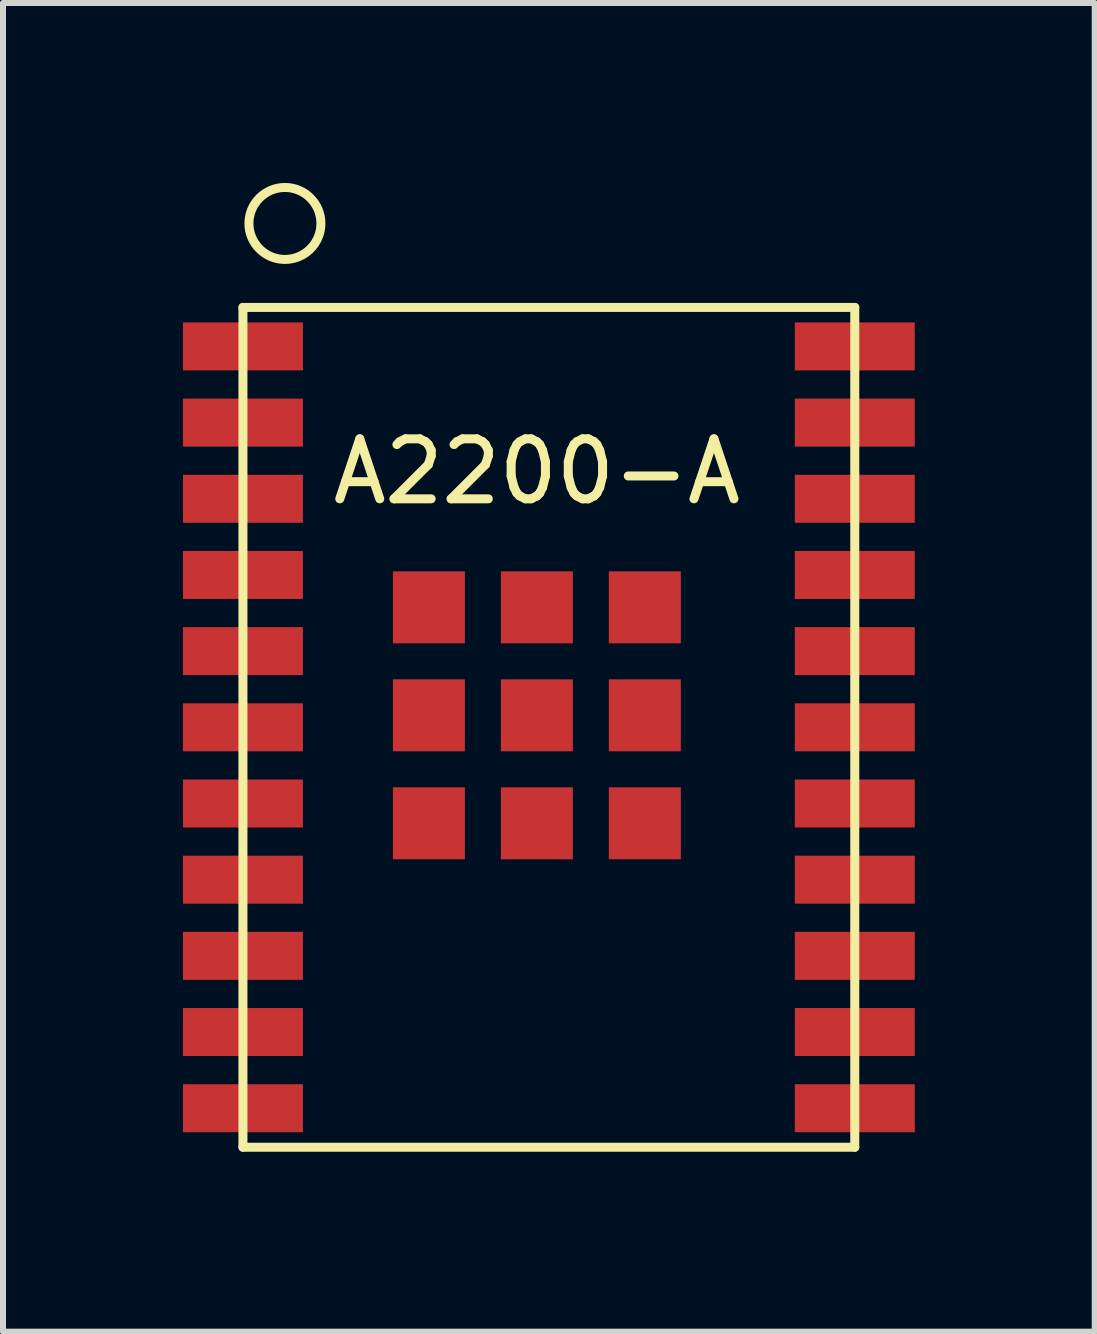
<source format=kicad_pcb>
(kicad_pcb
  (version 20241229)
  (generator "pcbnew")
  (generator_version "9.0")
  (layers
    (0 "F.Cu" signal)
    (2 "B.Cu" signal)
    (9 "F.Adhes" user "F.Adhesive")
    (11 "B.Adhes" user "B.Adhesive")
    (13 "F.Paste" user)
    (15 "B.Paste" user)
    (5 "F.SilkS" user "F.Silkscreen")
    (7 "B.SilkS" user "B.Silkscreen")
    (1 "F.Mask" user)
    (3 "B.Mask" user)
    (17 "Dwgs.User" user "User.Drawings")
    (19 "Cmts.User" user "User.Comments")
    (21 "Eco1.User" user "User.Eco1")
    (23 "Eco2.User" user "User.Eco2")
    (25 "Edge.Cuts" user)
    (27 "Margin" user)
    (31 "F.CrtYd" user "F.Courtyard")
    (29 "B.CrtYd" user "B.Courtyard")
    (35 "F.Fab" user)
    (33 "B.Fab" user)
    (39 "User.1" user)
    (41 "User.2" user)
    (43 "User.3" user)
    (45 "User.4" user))
  (footprint "A2200-A"
    (layer "F.Cu")
    (at 5.9 8.875)
    (property "Reference" "A2200-A" (at 0 -4.064 0) (layer "F.SilkS") (effects (font (size 1 1) (thickness 0.15))))
    (attr through_hole)
    (fp_line (start -4.9 -6.8) (end -4.9 7.2) (stroke (width 0.15) (type solid)) (layer "F.SilkS"))
    (fp_line (start -4.9 -6.8) (end 5.3 -6.8) (stroke (width 0.15) (type solid)) (layer "F.SilkS"))
    (fp_line (start -4.9 7.2) (end 5.3 7.2) (stroke (width 0.15) (type solid)) (layer "F.SilkS"))
    (fp_line (start 5.3 -6.8) (end 5.3 7.2) (stroke (width 0.15) (type solid)) (layer "F.SilkS"))
    (fp_circle (center -4.2 -8.2) (end -4.8 -8.2) (stroke (width 0.15) (type solid)) (fill no) (layer "F.SilkS"))
    (pad "1" smd rect (at -4.9 -6.15) (size 2 0.8) (layers "F.Cu" "F.Mask" "F.Paste"))
    (pad "2" smd rect (at -4.9 -4.88) (size 2 0.8) (layers "F.Cu" "F.Mask" "F.Paste"))
    (pad "3" smd rect (at -4.9 -3.61) (size 2 0.8) (layers "F.Cu" "F.Mask" "F.Paste"))
    (pad "4" smd rect (at -4.9 -2.34) (size 2 0.8) (layers "F.Cu" "F.Mask" "F.Paste"))
    (pad "5" smd rect (at -4.9 -1.07) (size 2 0.8) (layers "F.Cu" "F.Mask" "F.Paste"))
    (pad "6" smd rect (at -4.9 0.2) (size 2 0.8) (layers "F.Cu" "F.Mask" "F.Paste"))
    (pad "7" smd rect (at -4.9 1.47) (size 2 0.8) (layers "F.Cu" "F.Mask" "F.Paste"))
    (pad "8" smd rect (at -4.9 2.74) (size 2 0.8) (layers "F.Cu" "F.Mask" "F.Paste"))
    (pad "9" smd rect (at -4.9 4.01) (size 2 0.8) (layers "F.Cu" "F.Mask" "F.Paste"))
    (pad "10" smd rect (at -4.9 5.28) (size 2 0.8) (layers "F.Cu" "F.Mask" "F.Paste"))
    (pad "11" smd rect (at -4.9 6.55) (size 2 0.8) (layers "F.Cu" "F.Mask" "F.Paste"))
    (pad "12" smd rect (at 5.3 6.55) (size 2 0.8) (layers "F.Cu" "F.Mask" "F.Paste"))
    (pad "13" smd rect (at 5.3 5.28) (size 2 0.8) (layers "F.Cu" "F.Mask" "F.Paste"))
    (pad "14" smd rect (at 5.3 4.01) (size 2 0.8) (layers "F.Cu" "F.Mask" "F.Paste"))
    (pad "15" smd rect (at 5.3 2.74) (size 2 0.8) (layers "F.Cu" "F.Mask" "F.Paste"))
    (pad "16" smd rect (at 5.3 1.47) (size 2 0.8) (layers "F.Cu" "F.Mask" "F.Paste"))
    (pad "17" smd rect (at 5.3 0.2) (size 2 0.8) (layers "F.Cu" "F.Mask" "F.Paste"))
    (pad "18" smd rect (at 5.3 -1.07) (size 2 0.8) (layers "F.Cu" "F.Mask" "F.Paste"))
    (pad "19" smd rect (at 5.3 -2.34) (size 2 0.8) (layers "F.Cu" "F.Mask" "F.Paste"))
    (pad "20" smd rect (at 5.3 -3.61) (size 2 0.8) (layers "F.Cu" "F.Mask" "F.Paste"))
    (pad "21" smd rect (at 5.3 -4.88) (size 2 0.8) (layers "F.Cu" "F.Mask" "F.Paste"))
    (pad "22" smd rect (at 5.3 -6.15) (size 2 0.8) (layers "F.Cu" "F.Mask" "F.Paste"))
    (pad "23" smd rect (at -1.8 -1.8) (size 1.2 1.2) (layers "F.Cu" "F.Mask" "F.Paste"))
    (pad "24" smd rect (at -1.8 0) (size 1.2 1.2) (layers "F.Cu" "F.Mask" "F.Paste"))
    (pad "25" smd rect (at -1.8 1.8) (size 1.2 1.2) (layers "F.Cu" "F.Mask" "F.Paste"))
    (pad "26" smd rect (at 0 -1.8) (size 1.2 1.2) (layers "F.Cu" "F.Mask" "F.Paste"))
    (pad "27" smd rect (at 0 0) (size 1.2 1.2) (layers "F.Cu" "F.Mask" "F.Paste"))
    (pad "29" smd rect (at 0 1.8) (size 1.2 1.2) (layers "F.Cu" "F.Mask" "F.Paste"))
    (pad "30" smd rect (at 1.8 -1.8) (size 1.2 1.2) (layers "F.Cu" "F.Mask" "F.Paste"))
    (pad "31" smd rect (at 1.8 0) (size 1.2 1.2) (layers "F.Cu" "F.Mask" "F.Paste"))
    (pad "32" smd rect (at 1.8 1.8) (size 1.2 1.2) (layers "F.Cu" "F.Mask" "F.Paste")))
  (gr_rect
    (start -3 -3)
    (end 15.2 19.15)
    (stroke (width 0.1) (type default))
    (fill no)
    (layer "Edge.Cuts")))
</source>
